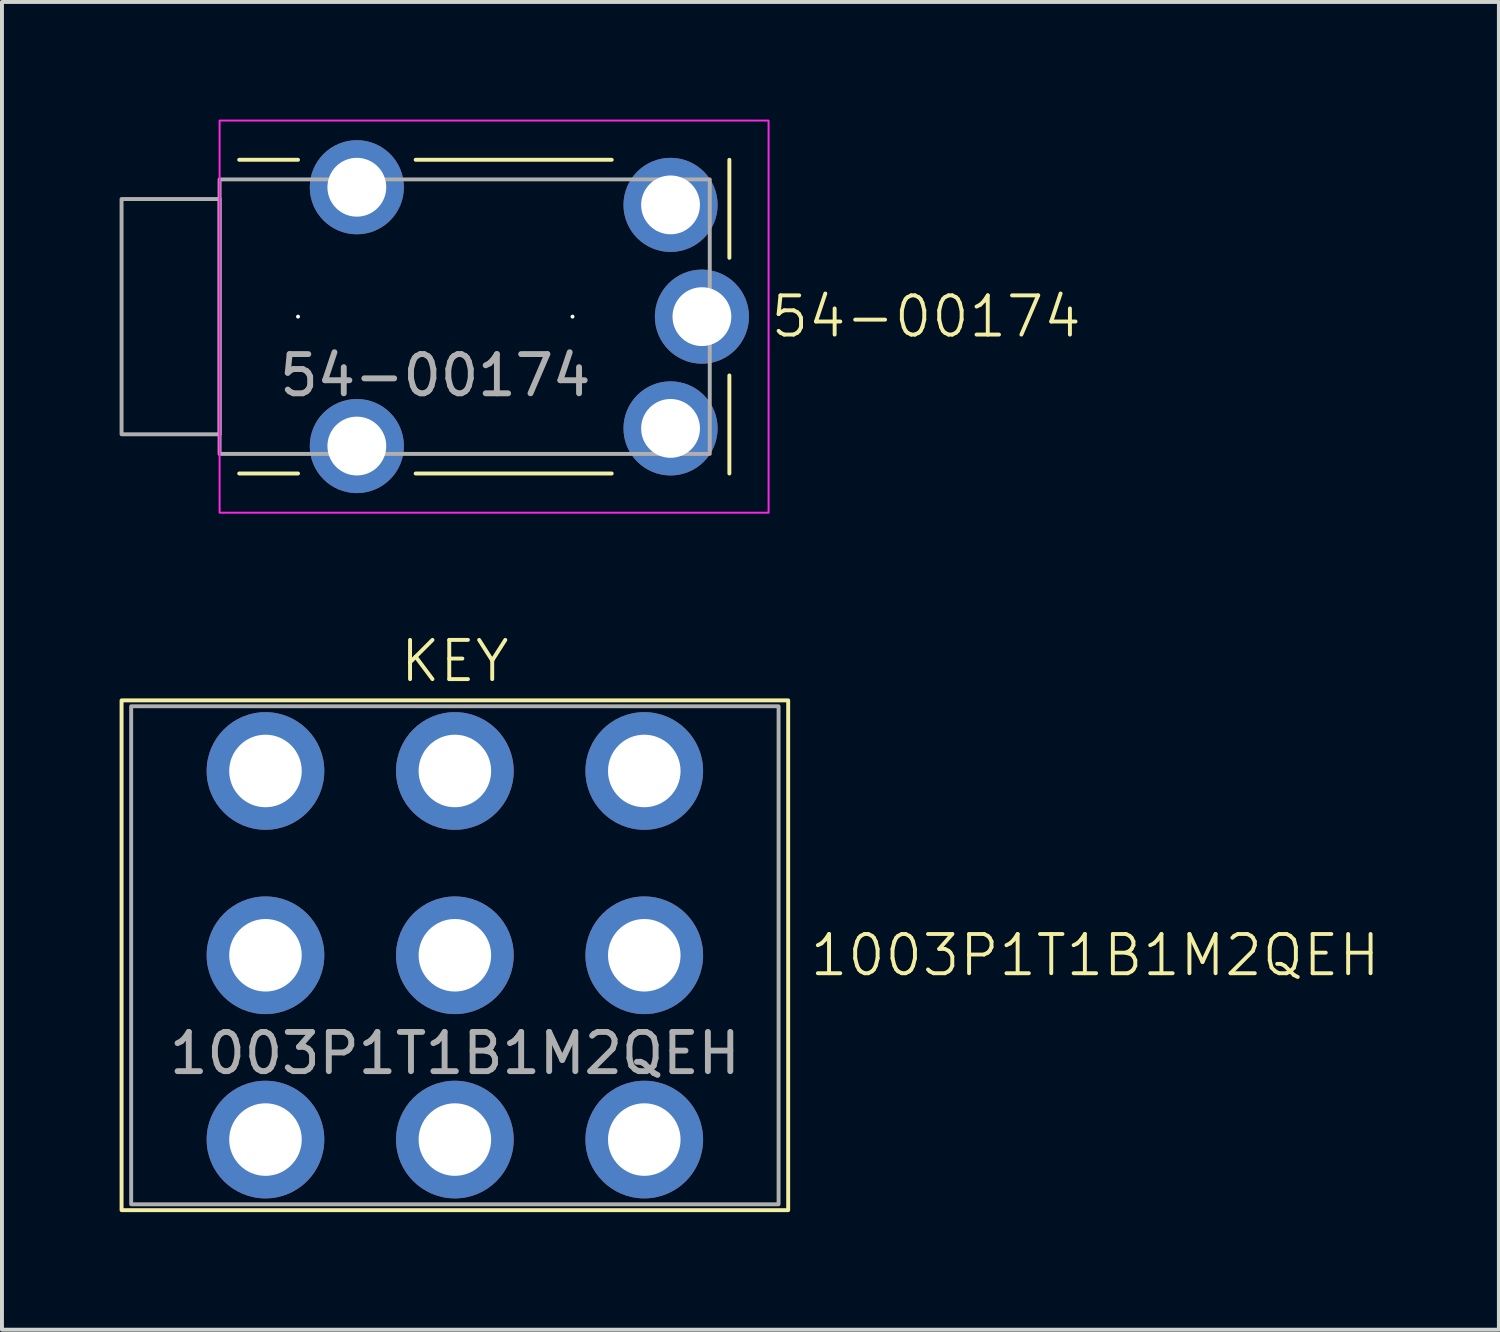
<source format=kicad_pcb>
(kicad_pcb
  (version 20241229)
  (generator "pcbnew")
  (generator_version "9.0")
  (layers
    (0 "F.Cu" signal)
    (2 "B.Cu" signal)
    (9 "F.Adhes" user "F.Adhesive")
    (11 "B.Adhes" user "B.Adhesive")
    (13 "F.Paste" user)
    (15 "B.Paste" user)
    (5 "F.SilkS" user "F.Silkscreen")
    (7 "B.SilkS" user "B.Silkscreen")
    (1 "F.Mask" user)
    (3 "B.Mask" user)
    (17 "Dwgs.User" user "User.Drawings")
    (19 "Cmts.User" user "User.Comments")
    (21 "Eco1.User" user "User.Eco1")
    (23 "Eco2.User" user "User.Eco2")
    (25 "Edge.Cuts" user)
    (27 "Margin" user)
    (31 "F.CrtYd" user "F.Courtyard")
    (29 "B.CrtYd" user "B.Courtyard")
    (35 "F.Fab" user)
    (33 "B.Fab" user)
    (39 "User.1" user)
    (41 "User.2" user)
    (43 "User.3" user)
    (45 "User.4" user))
  (footprint "1003P1T1B1M2QEH"
    (layer "F.Cu")
    (at 8.55 21.311)
    (property "Reference" "1003P1T1B1M2QEH" (at 9 0 0) (unlocked yes) (layer "F.SilkS") (effects (font (size 1 1) (thickness 0.1)) (justify left)))
    (attr smd)
    (fp_rect (start -8.5 -6.5) (end 8.5 6.5) (stroke (width 0.1) (type default)) (fill no) (layer "F.SilkS"))
    (fp_rect (start -8.255 -6.35) (end 8.255 6.35) (stroke (width 0.1) (type solid)) (fill no) (layer "F.Fab"))
    (fp_text user "KEY" (at 0 -7.5 0) (unlocked yes) (layer "F.SilkS") (effects (font (size 1 1) (thickness 0.1))))
    (fp_text user "${REFERENCE}" (at 0 2.5 0) (unlocked yes) (layer "F.Fab") (effects (font (size 1 1) (thickness 0.15))))
    (pad "1" thru_hole circle (at -4.83 4.7) (size 3 3) (drill 1.85) (layers "*.Cu" "*.Mask"))
    (pad "2" thru_hole circle (at -4.83 0) (size 3 3) (drill 1.85) (layers "*.Cu" "*.Mask"))
    (pad "3" thru_hole circle (at -4.83 -4.7) (size 3 3) (drill 1.85) (layers "*.Cu" "*.Mask"))
    (pad "4" thru_hole circle (at 0 4.7) (size 3 3) (drill 1.85) (layers "*.Cu" "*.Mask"))
    (pad "5" thru_hole circle (at 0 0) (size 3 3) (drill 1.85) (layers "*.Cu" "*.Mask"))
    (pad "6" thru_hole circle (at 0 -4.7) (size 3 3) (drill 1.85) (layers "*.Cu" "*.Mask"))
    (pad "7" thru_hole circle (at 4.83 4.7) (size 3 3) (drill 1.85) (layers "*.Cu" "*.Mask"))
    (pad "8" thru_hole circle (at 4.83 0) (size 3 3) (drill 1.85) (layers "*.Cu" "*.Mask"))
    (pad "9" thru_hole circle (at 4.83 -4.7) (size 3 3) (drill 1.85) (layers "*.Cu" "*.Mask")))
  (footprint "54-00174"
    (layer "F.Cu")
    (at 2.55 5.025)
    (property "Reference" "54-00174" (at 14 0 0) (unlocked yes) (layer "F.SilkS") (effects (font (size 1 1) (thickness 0.1)) (justify left)))
    (attr through_hole)
    (fp_line (start 2 -4) (end 0.5 -4) (stroke (width 0.1) (type default)) (layer "F.SilkS"))
    (fp_line (start 2 4) (end 0.5 4) (stroke (width 0.1) (type default)) (layer "F.SilkS"))
    (fp_line (start 5 -4) (end 10 -4) (stroke (width 0.1) (type solid)) (layer "F.SilkS"))
    (fp_line (start 5 4) (end 10 4) (stroke (width 0.1) (type default)) (layer "F.SilkS"))
    (fp_line (start 13 -4) (end 13 -1.5) (stroke (width 0.1) (type default)) (layer "F.SilkS"))
    (fp_line (start 13 1.5) (end 13 4) (stroke (width 0.1) (type default)) (layer "F.SilkS"))
    (fp_rect (start 0 -5) (end 14 5) (stroke (width 0.05) (type default)) (fill no) (layer "F.CrtYd"))
    (fp_rect (start -2.5 -3) (end 0 3) (stroke (width 0.1) (type solid)) (fill no) (layer "F.Fab"))
    (fp_rect (start 0 -3.5) (end 12.5 3.5) (stroke (width 0.1) (type solid)) (fill no) (layer "F.Fab"))
    (fp_text user "${REFERENCE}" (at 5.5 1.5 0) (unlocked yes) (layer "F.Fab") (effects (font (size 1 1) (thickness 0.15))))
    (pad "" np_thru_hole circle (at 2 0) (size 0.1 0.1) (drill 1.2) (layers "*.Cu" "*.Mask"))
    (pad "" np_thru_hole circle (at 9 0) (size 0.1 0.1) (drill 1.2) (layers "*.Cu" "*.Mask"))
    (pad "R1" thru_hole circle (at 11.5 2.85) (size 2.4 2.4) (drill 1.5) (layers "*.Cu" "*.Mask"))
    (pad "R2" thru_hole circle (at 11.5 -2.85) (size 2.4 2.4) (drill 1.5) (layers "*.Cu" "*.Mask"))
    (pad "S" thru_hole circle (at 12.3 0) (size 2.4 2.4) (drill 1.5) (layers "*.Cu" "*.Mask"))
    (pad "T" thru_hole circle (at 3.5 -3.3) (size 2.4 2.4) (drill 1.5) (layers "*.Cu" "*.Mask"))
    (pad "T" thru_hole circle (at 3.5 3.3) (size 2.4 2.4) (drill 1.5) (layers "*.Cu" "*.Mask")))
  (gr_rect
    (start -3 -3)
    (end 35.174 30.86)
    (stroke (width 0.1) (type default))
    (fill no)
    (layer "Edge.Cuts")))
</source>
